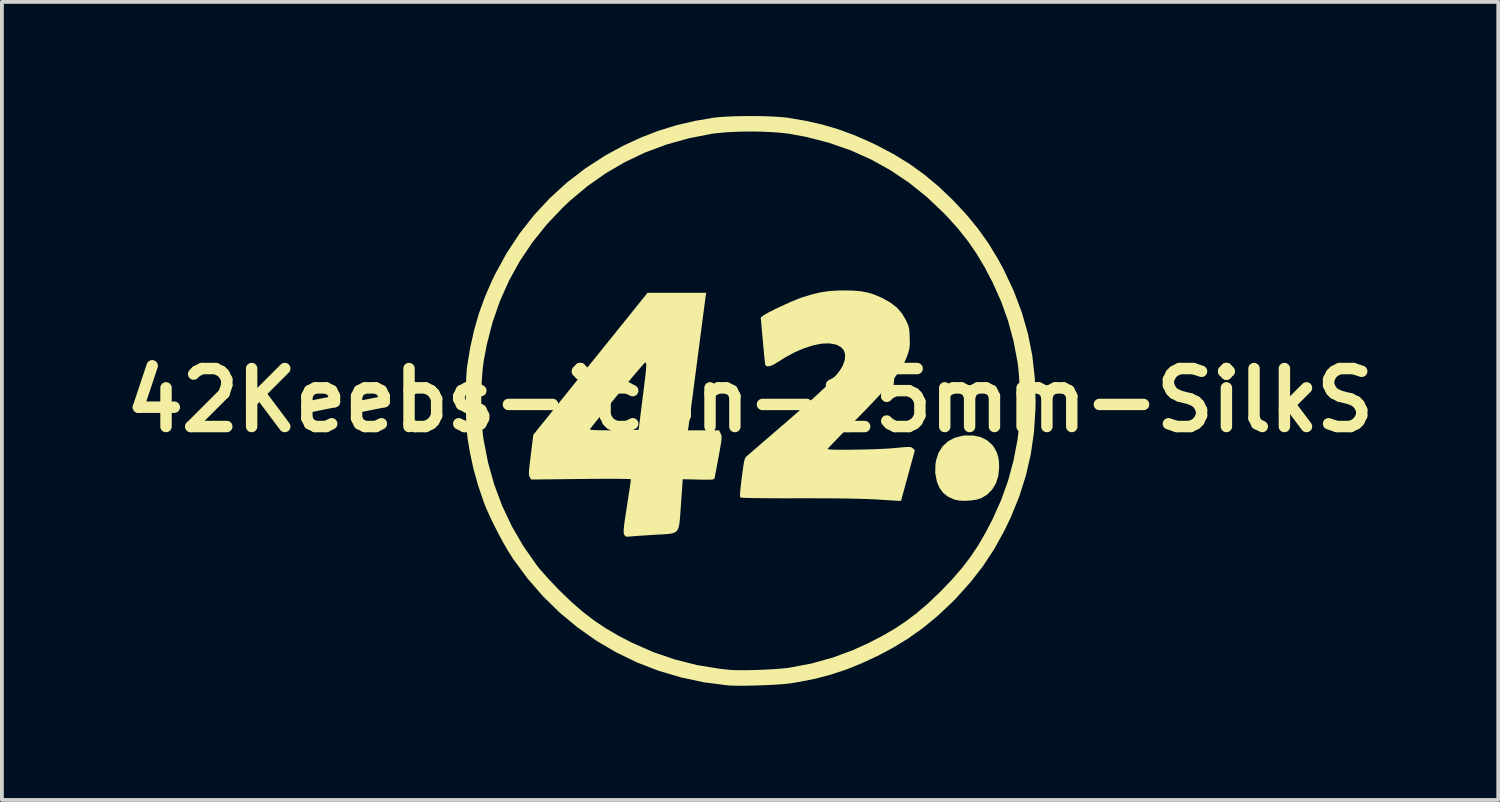
<source format=kicad_pcb>
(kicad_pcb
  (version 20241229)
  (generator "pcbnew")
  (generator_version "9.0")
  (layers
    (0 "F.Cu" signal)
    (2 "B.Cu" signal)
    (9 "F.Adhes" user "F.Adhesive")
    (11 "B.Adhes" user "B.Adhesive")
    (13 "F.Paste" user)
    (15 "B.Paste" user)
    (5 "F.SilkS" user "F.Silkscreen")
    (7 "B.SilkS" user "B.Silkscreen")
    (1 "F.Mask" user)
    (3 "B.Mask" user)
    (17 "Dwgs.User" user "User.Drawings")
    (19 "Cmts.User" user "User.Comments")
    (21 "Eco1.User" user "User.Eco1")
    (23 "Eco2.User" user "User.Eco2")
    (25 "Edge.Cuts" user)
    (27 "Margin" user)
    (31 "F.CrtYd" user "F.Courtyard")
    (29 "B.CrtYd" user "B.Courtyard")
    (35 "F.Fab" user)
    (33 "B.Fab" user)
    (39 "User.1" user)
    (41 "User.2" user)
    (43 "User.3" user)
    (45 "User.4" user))
  (footprint "42Keebs-icon-15mm-SilkS"
    (layer "F.Cu")
    (at 16.662 7.47)
    (property "Reference" "42Keebs-icon-15mm-SilkS" (at 0 0 0) (layer "F.SilkS") (effects (font (size 1.524 1.524) (thickness 0.3))))
    (attr board_only exclude_from_pos_files exclude_from_bom)
    (fp_poly (pts (xy 5.876 0.927) (xy 6.068 0.97) (xy 6.231 1.052) (xy 6.363 1.17) (xy 6.415 1.24) (xy 6.48 1.36) (xy 6.521 1.482) (xy 6.542 1.623) (xy 6.546 1.769) (xy 6.524 1.987) (xy 6.462 2.181) (xy 6.363 2.347) (xy 6.23 2.48) (xy 6.075 2.572) (xy 5.957 2.609) (xy 5.81 2.632) (xy 5.653 2.642) (xy 5.505 2.636) (xy 5.384 2.614) (xy 5.378 2.612) (xy 5.206 2.536) (xy 5.072 2.432) (xy 4.974 2.293) (xy 4.91 2.136) (xy 4.866 1.912) (xy 4.872 1.677) (xy 4.89 1.573) (xy 4.955 1.376) (xy 5.059 1.211) (xy 5.198 1.081) (xy 5.37 0.988) (xy 5.572 0.934) (xy 5.659 0.924)) (stroke (width 0) (type solid)) (fill yes) (layer "F.SilkS"))
    (fp_poly (pts (xy -1.162 -2.768) (xy -1.167 -2.733) (xy -1.178 -2.653) (xy -1.194 -2.53) (xy -1.215 -2.37) (xy -1.24 -2.177) (xy -1.269 -1.956) (xy -1.302 -1.709) (xy -1.336 -1.443) (xy -1.373 -1.162) (xy -1.388 -1.043) (xy -1.426 -0.756) (xy -1.462 -0.481) (xy -1.495 -0.224) (xy -1.526 0.01) (xy -1.554 0.219) (xy -1.577 0.396) (xy -1.596 0.537) (xy -1.61 0.639) (xy -1.618 0.697) (xy -1.62 0.706) (xy -1.635 0.789) (xy -0.814 0.789) (xy -0.772 0.875) (xy -0.759 0.907) (xy -0.751 0.94) (xy -0.748 0.981) (xy -0.752 1.04) (xy -0.763 1.122) (xy -0.782 1.236) (xy -0.809 1.389) (xy -0.826 1.48) (xy -0.855 1.639) (xy -0.882 1.782) (xy -0.905 1.903) (xy -0.922 1.991) (xy -0.932 2.04) (xy -0.933 2.045) (xy -0.942 2.063) (xy -0.96 2.075) (xy -0.995 2.083) (xy -1.056 2.086) (xy -1.149 2.087) (xy -1.282 2.085) (xy -1.358 2.083) (xy -1.769 2.074) (xy -1.815 2.723) (xy -1.83 2.941) (xy -1.843 3.114) (xy -1.858 3.248) (xy -1.879 3.347) (xy -1.913 3.418) (xy -1.962 3.465) (xy -2.033 3.494) (xy -2.128 3.511) (xy -2.253 3.521) (xy -2.413 3.529) (xy -2.501 3.534) (xy -2.667 3.545) (xy -2.825 3.555) (xy -2.963 3.564) (xy -3.071 3.573) (xy -3.14 3.579) (xy -3.144 3.579) (xy -3.222 3.585) (xy -3.266 3.578) (xy -3.293 3.552) (xy -3.307 3.528) (xy -3.317 3.503) (xy -3.322 3.47) (xy -3.322 3.421) (xy -3.317 3.351) (xy -3.306 3.253) (xy -3.288 3.123) (xy -3.262 2.953) (xy -3.236 2.781) (xy -3.208 2.601) (xy -3.183 2.436) (xy -3.161 2.295) (xy -3.145 2.183) (xy -3.134 2.108) (xy -3.13 2.077) (xy -3.13 2.077) (xy -3.155 2.072) (xy -3.227 2.068) (xy -3.343 2.066) (xy -3.5 2.064) (xy -3.693 2.063) (xy -3.919 2.064) (xy -4.175 2.065) (xy -4.44 2.068) (xy -5.749 2.082) (xy -5.788 2.023) (xy -5.801 1.999) (xy -5.809 1.968) (xy -5.812 1.923) (xy -5.809 1.856) (xy -5.801 1.762) (xy -5.786 1.632) (xy -5.765 1.46) (xy -5.762 1.435) (xy -5.697 0.908) (xy -5.576 0.757) (xy -4.207 0.757) (xy -4.205 0.767) (xy -4.179 0.775) (xy -4.124 0.781) (xy -4.036 0.785) (xy -3.909 0.787) (xy -3.74 0.789) (xy -3.579 0.789) (xy -3.403 0.788) (xy -3.245 0.786) (xy -3.111 0.783) (xy -3.009 0.779) (xy -2.946 0.774) (xy -2.927 0.77) (xy -2.924 0.741) (xy -2.915 0.668) (xy -2.901 0.556) (xy -2.883 0.413) (xy -2.862 0.244) (xy -2.838 0.055) (xy -2.825 -0.051) (xy -2.794 -0.294) (xy -2.77 -0.491) (xy -2.751 -0.647) (xy -2.738 -0.767) (xy -2.731 -0.856) (xy -2.728 -0.918) (xy -2.729 -0.957) (xy -2.735 -0.98) (xy -2.744 -0.99) (xy -2.757 -0.993) (xy -2.758 -0.993) (xy -2.779 -0.974) (xy -2.827 -0.92) (xy -2.901 -0.836) (xy -2.994 -0.726) (xy -3.104 -0.596) (xy -3.227 -0.449) (xy -3.358 -0.291) (xy -3.494 -0.126) (xy -3.631 0.041) (xy -3.765 0.205) (xy -3.893 0.362) (xy -4.01 0.507) (xy -4.112 0.636) (xy -4.196 0.743) (xy -4.207 0.757) (xy -5.576 0.757) (xy -4.196 -0.959) (xy -2.694 -2.825) (xy -1.152 -2.825)) (stroke (width 0) (type solid)) (fill yes) (layer "F.SilkS"))
    (fp_poly (pts (xy 2.709 -2.883) (xy 2.912 -2.865) (xy 3.092 -2.831) (xy 3.262 -2.779) (xy 3.435 -2.706) (xy 3.479 -2.685) (xy 3.689 -2.567) (xy 3.856 -2.438) (xy 3.987 -2.29) (xy 4.091 -2.118) (xy 4.134 -2.026) (xy 4.163 -1.952) (xy 4.18 -1.879) (xy 4.189 -1.79) (xy 4.195 -1.668) (xy 4.195 -1.656) (xy 4.198 -1.52) (xy 4.194 -1.418) (xy 4.181 -1.333) (xy 4.157 -1.247) (xy 4.149 -1.222) (xy 4.105 -1.103) (xy 4.051 -0.985) (xy 3.986 -0.865) (xy 3.905 -0.739) (xy 3.805 -0.603) (xy 3.685 -0.453) (xy 3.541 -0.286) (xy 3.369 -0.098) (xy 3.168 0.114) (xy 2.935 0.355) (xy 2.769 0.524) (xy 2.61 0.684) (xy 2.464 0.833) (xy 2.333 0.967) (xy 2.221 1.083) (xy 2.132 1.175) (xy 2.071 1.241) (xy 2.039 1.276) (xy 2.036 1.281) (xy 2.06 1.288) (xy 2.129 1.294) (xy 2.234 1.298) (xy 2.37 1.3) (xy 2.53 1.3) (xy 2.707 1.298) (xy 2.893 1.295) (xy 3.083 1.291) (xy 3.269 1.285) (xy 3.445 1.278) (xy 3.603 1.27) (xy 3.738 1.261) (xy 3.788 1.256) (xy 3.947 1.241) (xy 4.063 1.231) (xy 4.145 1.227) (xy 4.199 1.227) (xy 4.234 1.233) (xy 4.257 1.245) (xy 4.277 1.262) (xy 4.28 1.265) (xy 4.331 1.316) (xy 4.151 1.972) (xy 4.103 2.146) (xy 4.06 2.304) (xy 4.023 2.438) (xy 3.995 2.543) (xy 3.977 2.611) (xy 3.97 2.637) (xy 3.949 2.643) (xy 3.913 2.643) (xy 3.871 2.641) (xy 3.787 2.635) (xy 3.669 2.628) (xy 3.526 2.619) (xy 3.366 2.609) (xy 3.321 2.606) (xy 3.13 2.597) (xy 2.889 2.589) (xy 2.599 2.583) (xy 2.262 2.578) (xy 1.878 2.576) (xy 1.448 2.575) (xy 1.278 2.575) (xy 0.923 2.576) (xy 0.613 2.575) (xy 0.349 2.573) (xy 0.131 2.571) (xy -0.04 2.567) (xy -0.162 2.563) (xy -0.235 2.557) (xy -0.257 2.552) (xy -0.264 2.517) (xy -0.262 2.432) (xy -0.25 2.299) (xy -0.229 2.117) (xy -0.217 2.025) (xy -0.194 1.854) (xy -0.176 1.727) (xy -0.161 1.634) (xy -0.147 1.57) (xy -0.131 1.526) (xy -0.113 1.495) (xy -0.089 1.47) (xy -0.069 1.453) (xy -0.031 1.419) (xy 0.041 1.358) (xy 0.141 1.271) (xy 0.265 1.164) (xy 0.407 1.042) (xy 0.562 0.908) (xy 0.7 0.789) (xy 0.999 0.531) (xy 1.261 0.302) (xy 1.489 0.101) (xy 1.685 -0.075) (xy 1.853 -0.23) (xy 1.994 -0.364) (xy 2.111 -0.481) (xy 2.207 -0.584) (xy 2.285 -0.674) (xy 2.346 -0.755) (xy 2.394 -0.828) (xy 2.431 -0.897) (xy 2.437 -0.91) (xy 2.491 -1.068) (xy 2.499 -1.204) (xy 2.463 -1.317) (xy 2.383 -1.404) (xy 2.261 -1.464) (xy 2.097 -1.494) (xy 2.076 -1.496) (xy 1.884 -1.489) (xy 1.667 -1.446) (xy 1.431 -1.372) (xy 1.187 -1.268) (xy 0.941 -1.138) (xy 0.756 -1.022) (xy 0.62 -0.939) (xy 0.516 -0.896) (xy 0.443 -0.892) (xy 0.403 -0.928) (xy 0.396 -0.948) (xy 0.391 -0.989) (xy 0.382 -1.073) (xy 0.37 -1.192) (xy 0.356 -1.337) (xy 0.341 -1.501) (xy 0.333 -1.591) (xy 0.281 -2.176) (xy 0.338 -2.22) (xy 0.401 -2.261) (xy 0.501 -2.317) (xy 0.629 -2.382) (xy 0.775 -2.452) (xy 0.929 -2.523) (xy 1.081 -2.591) (xy 1.222 -2.649) (xy 1.341 -2.695) (xy 1.376 -2.707) (xy 1.625 -2.783) (xy 1.849 -2.836) (xy 2.069 -2.869) (xy 2.304 -2.885) (xy 2.469 -2.887)) (stroke (width 0) (type solid)) (fill yes) (layer "F.SilkS"))
    (fp_poly (pts (xy 0.391 -7.466) (xy 0.626 -7.456) (xy 0.833 -7.442) (xy 1.001 -7.424) (xy 1.005 -7.423) (xy 1.472 -7.343) (xy 1.904 -7.245) (xy 2.316 -7.124) (xy 2.722 -6.975) (xy 3.137 -6.795) (xy 3.347 -6.694) (xy 3.789 -6.46) (xy 4.196 -6.209) (xy 4.579 -5.933) (xy 4.95 -5.623) (xy 5.309 -5.283) (xy 5.666 -4.904) (xy 5.982 -4.522) (xy 6.265 -4.125) (xy 6.522 -3.701) (xy 6.671 -3.424) (xy 6.932 -2.868) (xy 7.142 -2.31) (xy 7.304 -1.745) (xy 7.418 -1.169) (xy 7.484 -0.579) (xy 7.504 0.029) (xy 7.5 0.242) (xy 7.461 0.84) (xy 7.378 1.417) (xy 7.249 1.978) (xy 7.074 2.53) (xy 6.851 3.078) (xy 6.675 3.443) (xy 6.413 3.915) (xy 6.123 4.356) (xy 5.797 4.776) (xy 5.43 5.185) (xy 5.309 5.309) (xy 4.929 5.667) (xy 4.545 5.983) (xy 4.147 6.265) (xy 3.723 6.522) (xy 3.347 6.72) (xy 2.929 6.914) (xy 2.53 7.075) (xy 2.134 7.206) (xy 1.726 7.314) (xy 1.291 7.401) (xy 1.082 7.435) (xy 0.955 7.451) (xy 0.789 7.465) (xy 0.595 7.477) (xy 0.383 7.487) (xy 0.165 7.495) (xy -0.049 7.5) (xy -0.248 7.502) (xy -0.42 7.5) (xy -0.556 7.495) (xy -0.585 7.492) (xy -1.208 7.412) (xy -1.814 7.283) (xy -2.402 7.109) (xy -2.971 6.889) (xy -3.517 6.625) (xy -4.039 6.318) (xy -4.534 5.97) (xy -5.002 5.581) (xy -5.439 5.153) (xy -5.844 4.688) (xy -6.215 4.185) (xy -6.256 4.123) (xy -6.366 3.948) (xy -6.485 3.742) (xy -6.607 3.516) (xy -6.727 3.282) (xy -6.837 3.054) (xy -6.931 2.844) (xy -7.003 2.663) (xy -7.004 2.66) (xy -7.152 2.222) (xy -7.27 1.797) (xy -7.364 1.362) (xy -7.423 1.005) (xy -7.439 0.861) (xy -7.452 0.677) (xy -7.462 0.465) (xy -7.468 0.234) (xy -7.47 0.065) (xy -7.064 0.065) (xy -7.058 0.36) (xy -7.044 0.639) (xy -7.022 0.889) (xy -7.004 1.031) (xy -6.886 1.635) (xy -6.723 2.215) (xy -6.515 2.773) (xy -6.261 3.31) (xy -5.961 3.827) (xy -5.613 4.326) (xy -5.607 4.334) (xy -5.529 4.431) (xy -5.422 4.554) (xy -5.297 4.693) (xy -5.162 4.838) (xy -5.025 4.979) (xy -4.989 5.015) (xy -4.685 5.308) (xy -4.391 5.563) (xy -4.095 5.789) (xy -3.786 5.996) (xy -3.451 6.191) (xy -3.092 6.376) (xy -2.543 6.618) (xy -1.975 6.812) (xy -1.392 6.959) (xy -0.798 7.056) (xy -0.522 7.085) (xy -0.387 7.092) (xy -0.213 7.094) (xy -0.012 7.092) (xy 0.205 7.086) (xy 0.425 7.077) (xy 0.636 7.065) (xy 0.827 7.05) (xy 0.987 7.034) (xy 1.043 7.026) (xy 1.619 6.916) (xy 2.173 6.762) (xy 2.714 6.561) (xy 3.118 6.377) (xy 3.477 6.191) (xy 3.8 6.004) (xy 4.098 5.806) (xy 4.384 5.589) (xy 4.668 5.346) (xy 4.962 5.067) (xy 5.015 5.015) (xy 5.307 4.711) (xy 5.562 4.417) (xy 5.788 4.122) (xy 5.995 3.813) (xy 6.19 3.477) (xy 6.376 3.118) (xy 6.601 2.617) (xy 6.782 2.11) (xy 6.923 1.586) (xy 7.029 1.034) (xy 7.029 1.031) (xy 7.057 0.806) (xy 7.076 0.544) (xy 7.087 0.258) (xy 7.089 -0.039) (xy 7.084 -0.334) (xy 7.07 -0.613) (xy 7.048 -0.863) (xy 7.029 -1.005) (xy 6.924 -1.558) (xy 6.782 -2.083) (xy 6.601 -2.591) (xy 6.377 -3.092) (xy 6.171 -3.487) (xy 5.959 -3.844) (xy 5.731 -4.176) (xy 5.479 -4.495) (xy 5.194 -4.813) (xy 5.09 -4.922) (xy 4.648 -5.341) (xy 4.181 -5.716) (xy 3.69 -6.046) (xy 3.174 -6.332) (xy 2.634 -6.573) (xy 2.069 -6.769) (xy 1.48 -6.921) (xy 1.031 -7.004) (xy 0.806 -7.031) (xy 0.544 -7.05) (xy 0.257 -7.061) (xy -0.04 -7.064) (xy -0.334 -7.058) (xy -0.613 -7.044) (xy -0.864 -7.022) (xy -1.005 -7.004) (xy -1.612 -6.885) (xy -2.195 -6.722) (xy -2.752 -6.515) (xy -3.286 -6.262) (xy -3.794 -5.965) (xy -4.279 -5.624) (xy -4.739 -5.238) (xy -4.922 -5.065) (xy -5.342 -4.622) (xy -5.717 -4.155) (xy -6.047 -3.664) (xy -6.332 -3.149) (xy -6.573 -2.61) (xy -6.769 -2.046) (xy -6.92 -1.457) (xy -7.004 -1.005) (xy -7.031 -0.78) (xy -7.05 -0.518) (xy -7.061 -0.232) (xy -7.064 0.065) (xy -7.47 0.065) (xy -7.47 -0.004) (xy -7.469 -0.239) (xy -7.465 -0.461) (xy -7.456 -0.658) (xy -7.444 -0.821) (xy -7.436 -0.891) (xy -7.354 -1.388) (xy -7.251 -1.849) (xy -7.124 -2.288) (xy -6.968 -2.717) (xy -6.78 -3.149) (xy -6.69 -3.334) (xy -6.391 -3.877) (xy -6.053 -4.389) (xy -5.676 -4.868) (xy -5.262 -5.313) (xy -4.813 -5.723) (xy -4.329 -6.095) (xy -3.814 -6.429) (xy -3.334 -6.69) (xy -2.866 -6.906) (xy -2.405 -7.084) (xy -1.935 -7.229) (xy -1.445 -7.343) (xy -0.98 -7.423) (xy -0.812 -7.442) (xy -0.606 -7.456) (xy -0.371 -7.466) (xy -0.119 -7.47) (xy 0.139 -7.47)) (stroke (width 0) (type solid)) (fill yes) (layer "F.SilkS")))
  (gr_rect
    (start -3 -3)
    (end 36.325 17.973)
    (stroke (width 0.1) (type default))
    (fill no)
    (layer "Edge.Cuts")))
</source>
